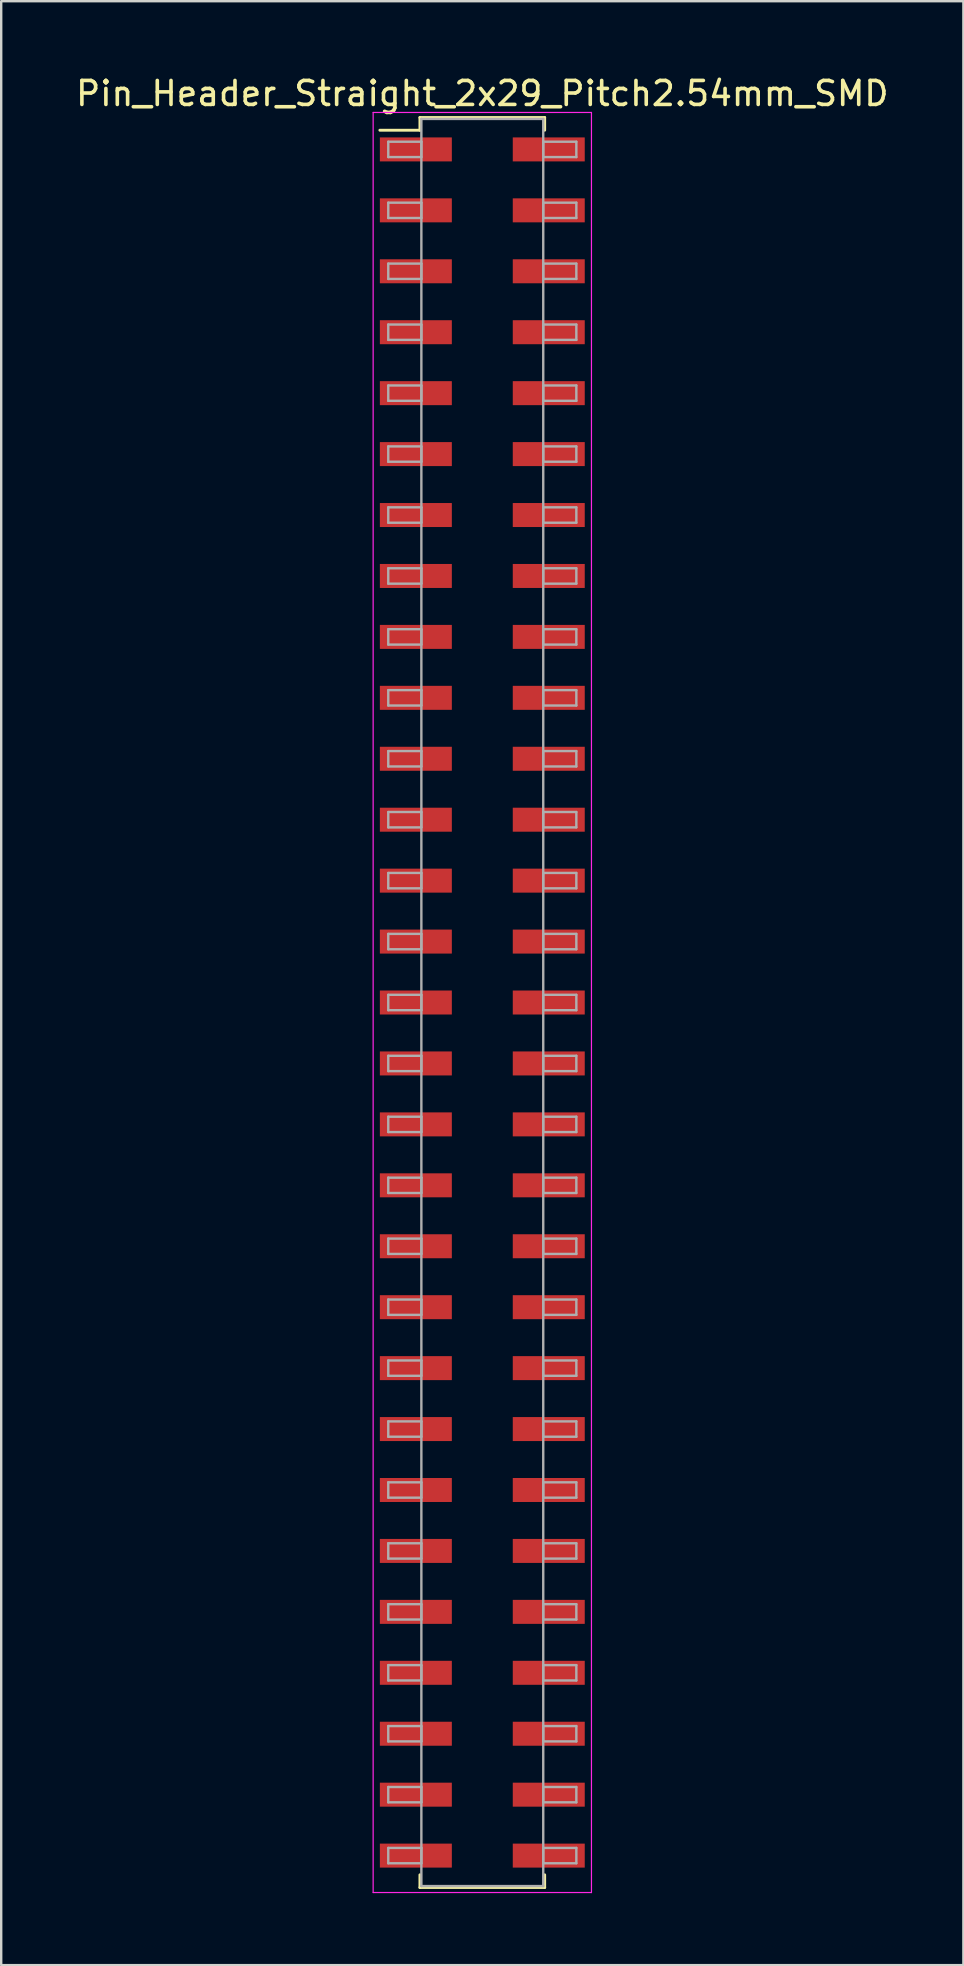
<source format=kicad_pcb>
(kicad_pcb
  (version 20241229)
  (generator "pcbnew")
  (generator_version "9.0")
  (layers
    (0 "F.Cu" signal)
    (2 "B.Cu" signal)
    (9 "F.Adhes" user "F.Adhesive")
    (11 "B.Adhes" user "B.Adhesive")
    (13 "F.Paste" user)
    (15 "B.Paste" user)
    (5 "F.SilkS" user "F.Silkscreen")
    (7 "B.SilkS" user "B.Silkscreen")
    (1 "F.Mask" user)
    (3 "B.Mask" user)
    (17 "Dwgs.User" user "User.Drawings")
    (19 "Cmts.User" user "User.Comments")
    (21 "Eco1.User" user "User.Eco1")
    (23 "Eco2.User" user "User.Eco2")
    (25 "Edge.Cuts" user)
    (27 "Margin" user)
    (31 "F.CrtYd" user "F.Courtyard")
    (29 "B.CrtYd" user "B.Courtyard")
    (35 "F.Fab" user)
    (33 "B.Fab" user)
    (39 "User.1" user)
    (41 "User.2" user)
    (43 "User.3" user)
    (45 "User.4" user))
  (footprint "Pin_Header_Straight_2x29_Pitch2.54mm_SMD"
    (layer "F.Cu")
    (at 17.054 38.738)
    (property "Reference" "Pin_Header_Straight_2x29_Pitch2.54mm_SMD" (at 0 -37.89 0) (layer "F.SilkS") (effects (font (size 1 1) (thickness 0.15))))
    (attr smd)
    (fp_line (start -4.27 -36.36) (end -2.6 -36.36) (stroke (width 0.12) (type solid)) (layer "F.SilkS"))
    (fp_line (start -2.6 -36.89) (end 2.6 -36.89) (stroke (width 0.12) (type solid)) (layer "F.SilkS"))
    (fp_line (start -2.6 -36.36) (end -2.6 -36.89) (stroke (width 0.12) (type solid)) (layer "F.SilkS"))
    (fp_line (start -2.6 36.36) (end -2.6 36.89) (stroke (width 0.12) (type solid)) (layer "F.SilkS"))
    (fp_line (start -2.6 36.89) (end 2.6 36.89) (stroke (width 0.12) (type solid)) (layer "F.SilkS"))
    (fp_line (start 2.6 -36.89) (end 2.6 -36.36) (stroke (width 0.12) (type solid)) (layer "F.SilkS"))
    (fp_line (start 2.6 36.89) (end 2.6 36.36) (stroke (width 0.12) (type solid)) (layer "F.SilkS"))
    (fp_line (start -4.55 -37.1) (end -4.55 37.1) (stroke (width 0.05) (type solid)) (layer "F.CrtYd"))
    (fp_line (start -4.55 37.1) (end 4.55 37.1) (stroke (width 0.05) (type solid)) (layer "F.CrtYd"))
    (fp_line (start 4.55 -37.1) (end -4.55 -37.1) (stroke (width 0.05) (type solid)) (layer "F.CrtYd"))
    (fp_line (start 4.55 37.1) (end 4.55 -37.1) (stroke (width 0.05) (type solid)) (layer "F.CrtYd"))
    (fp_line (start -3.92 -35.88) (end -2.54 -35.88) (stroke (width 0.1) (type solid)) (layer "F.Fab"))
    (fp_line (start -3.92 -35.24) (end -3.92 -35.88) (stroke (width 0.1) (type solid)) (layer "F.Fab"))
    (fp_line (start -3.92 -33.34) (end -2.54 -33.34) (stroke (width 0.1) (type solid)) (layer "F.Fab"))
    (fp_line (start -3.92 -32.7) (end -3.92 -33.34) (stroke (width 0.1) (type solid)) (layer "F.Fab"))
    (fp_line (start -3.92 -30.8) (end -2.54 -30.8) (stroke (width 0.1) (type solid)) (layer "F.Fab"))
    (fp_line (start -3.92 -30.16) (end -3.92 -30.8) (stroke (width 0.1) (type solid)) (layer "F.Fab"))
    (fp_line (start -3.92 -28.26) (end -2.54 -28.26) (stroke (width 0.1) (type solid)) (layer "F.Fab"))
    (fp_line (start -3.92 -27.62) (end -3.92 -28.26) (stroke (width 0.1) (type solid)) (layer "F.Fab"))
    (fp_line (start -3.92 -25.72) (end -2.54 -25.72) (stroke (width 0.1) (type solid)) (layer "F.Fab"))
    (fp_line (start -3.92 -25.08) (end -3.92 -25.72) (stroke (width 0.1) (type solid)) (layer "F.Fab"))
    (fp_line (start -3.92 -23.18) (end -2.54 -23.18) (stroke (width 0.1) (type solid)) (layer "F.Fab"))
    (fp_line (start -3.92 -22.54) (end -3.92 -23.18) (stroke (width 0.1) (type solid)) (layer "F.Fab"))
    (fp_line (start -3.92 -20.64) (end -2.54 -20.64) (stroke (width 0.1) (type solid)) (layer "F.Fab"))
    (fp_line (start -3.92 -20) (end -3.92 -20.64) (stroke (width 0.1) (type solid)) (layer "F.Fab"))
    (fp_line (start -3.92 -18.1) (end -2.54 -18.1) (stroke (width 0.1) (type solid)) (layer "F.Fab"))
    (fp_line (start -3.92 -17.46) (end -3.92 -18.1) (stroke (width 0.1) (type solid)) (layer "F.Fab"))
    (fp_line (start -3.92 -15.56) (end -2.54 -15.56) (stroke (width 0.1) (type solid)) (layer "F.Fab"))
    (fp_line (start -3.92 -14.92) (end -3.92 -15.56) (stroke (width 0.1) (type solid)) (layer "F.Fab"))
    (fp_line (start -3.92 -13.02) (end -2.54 -13.02) (stroke (width 0.1) (type solid)) (layer "F.Fab"))
    (fp_line (start -3.92 -12.38) (end -3.92 -13.02) (stroke (width 0.1) (type solid)) (layer "F.Fab"))
    (fp_line (start -3.92 -10.48) (end -2.54 -10.48) (stroke (width 0.1) (type solid)) (layer "F.Fab"))
    (fp_line (start -3.92 -9.84) (end -3.92 -10.48) (stroke (width 0.1) (type solid)) (layer "F.Fab"))
    (fp_line (start -3.92 -7.94) (end -2.54 -7.94) (stroke (width 0.1) (type solid)) (layer "F.Fab"))
    (fp_line (start -3.92 -7.3) (end -3.92 -7.94) (stroke (width 0.1) (type solid)) (layer "F.Fab"))
    (fp_line (start -3.92 -5.4) (end -2.54 -5.4) (stroke (width 0.1) (type solid)) (layer "F.Fab"))
    (fp_line (start -3.92 -4.76) (end -3.92 -5.4) (stroke (width 0.1) (type solid)) (layer "F.Fab"))
    (fp_line (start -3.92 -2.86) (end -2.54 -2.86) (stroke (width 0.1) (type solid)) (layer "F.Fab"))
    (fp_line (start -3.92 -2.22) (end -3.92 -2.86) (stroke (width 0.1) (type solid)) (layer "F.Fab"))
    (fp_line (start -3.92 -0.32) (end -2.54 -0.32) (stroke (width 0.1) (type solid)) (layer "F.Fab"))
    (fp_line (start -3.92 0.32) (end -3.92 -0.32) (stroke (width 0.1) (type solid)) (layer "F.Fab"))
    (fp_line (start -3.92 2.22) (end -2.54 2.22) (stroke (width 0.1) (type solid)) (layer "F.Fab"))
    (fp_line (start -3.92 2.86) (end -3.92 2.22) (stroke (width 0.1) (type solid)) (layer "F.Fab"))
    (fp_line (start -3.92 4.76) (end -2.54 4.76) (stroke (width 0.1) (type solid)) (layer "F.Fab"))
    (fp_line (start -3.92 5.4) (end -3.92 4.76) (stroke (width 0.1) (type solid)) (layer "F.Fab"))
    (fp_line (start -3.92 7.3) (end -2.54 7.3) (stroke (width 0.1) (type solid)) (layer "F.Fab"))
    (fp_line (start -3.92 7.94) (end -3.92 7.3) (stroke (width 0.1) (type solid)) (layer "F.Fab"))
    (fp_line (start -3.92 9.84) (end -2.54 9.84) (stroke (width 0.1) (type solid)) (layer "F.Fab"))
    (fp_line (start -3.92 10.48) (end -3.92 9.84) (stroke (width 0.1) (type solid)) (layer "F.Fab"))
    (fp_line (start -3.92 12.38) (end -2.54 12.38) (stroke (width 0.1) (type solid)) (layer "F.Fab"))
    (fp_line (start -3.92 13.02) (end -3.92 12.38) (stroke (width 0.1) (type solid)) (layer "F.Fab"))
    (fp_line (start -3.92 14.92) (end -2.54 14.92) (stroke (width 0.1) (type solid)) (layer "F.Fab"))
    (fp_line (start -3.92 15.56) (end -3.92 14.92) (stroke (width 0.1) (type solid)) (layer "F.Fab"))
    (fp_line (start -3.92 17.46) (end -2.54 17.46) (stroke (width 0.1) (type solid)) (layer "F.Fab"))
    (fp_line (start -3.92 18.1) (end -3.92 17.46) (stroke (width 0.1) (type solid)) (layer "F.Fab"))
    (fp_line (start -3.92 20) (end -2.54 20) (stroke (width 0.1) (type solid)) (layer "F.Fab"))
    (fp_line (start -3.92 20.64) (end -3.92 20) (stroke (width 0.1) (type solid)) (layer "F.Fab"))
    (fp_line (start -3.92 22.54) (end -2.54 22.54) (stroke (width 0.1) (type solid)) (layer "F.Fab"))
    (fp_line (start -3.92 23.18) (end -3.92 22.54) (stroke (width 0.1) (type solid)) (layer "F.Fab"))
    (fp_line (start -3.92 25.08) (end -2.54 25.08) (stroke (width 0.1) (type solid)) (layer "F.Fab"))
    (fp_line (start -3.92 25.72) (end -3.92 25.08) (stroke (width 0.1) (type solid)) (layer "F.Fab"))
    (fp_line (start -3.92 27.62) (end -2.54 27.62) (stroke (width 0.1) (type solid)) (layer "F.Fab"))
    (fp_line (start -3.92 28.26) (end -3.92 27.62) (stroke (width 0.1) (type solid)) (layer "F.Fab"))
    (fp_line (start -3.92 30.16) (end -2.54 30.16) (stroke (width 0.1) (type solid)) (layer "F.Fab"))
    (fp_line (start -3.92 30.8) (end -3.92 30.16) (stroke (width 0.1) (type solid)) (layer "F.Fab"))
    (fp_line (start -3.92 32.7) (end -2.54 32.7) (stroke (width 0.1) (type solid)) (layer "F.Fab"))
    (fp_line (start -3.92 33.34) (end -3.92 32.7) (stroke (width 0.1) (type solid)) (layer "F.Fab"))
    (fp_line (start -3.92 35.24) (end -2.54 35.24) (stroke (width 0.1) (type solid)) (layer "F.Fab"))
    (fp_line (start -3.92 35.88) (end -3.92 35.24) (stroke (width 0.1) (type solid)) (layer "F.Fab"))
    (fp_line (start -2.54 -36.83) (end -2.54 36.83) (stroke (width 0.1) (type solid)) (layer "F.Fab"))
    (fp_line (start -2.54 -35.88) (end -2.54 -35.24) (stroke (width 0.1) (type solid)) (layer "F.Fab"))
    (fp_line (start -2.54 -35.24) (end -3.92 -35.24) (stroke (width 0.1) (type solid)) (layer "F.Fab"))
    (fp_line (start -2.54 -33.34) (end -2.54 -32.7) (stroke (width 0.1) (type solid)) (layer "F.Fab"))
    (fp_line (start -2.54 -32.7) (end -3.92 -32.7) (stroke (width 0.1) (type solid)) (layer "F.Fab"))
    (fp_line (start -2.54 -30.8) (end -2.54 -30.16) (stroke (width 0.1) (type solid)) (layer "F.Fab"))
    (fp_line (start -2.54 -30.16) (end -3.92 -30.16) (stroke (width 0.1) (type solid)) (layer "F.Fab"))
    (fp_line (start -2.54 -28.26) (end -2.54 -27.62) (stroke (width 0.1) (type solid)) (layer "F.Fab"))
    (fp_line (start -2.54 -27.62) (end -3.92 -27.62) (stroke (width 0.1) (type solid)) (layer "F.Fab"))
    (fp_line (start -2.54 -25.72) (end -2.54 -25.08) (stroke (width 0.1) (type solid)) (layer "F.Fab"))
    (fp_line (start -2.54 -25.08) (end -3.92 -25.08) (stroke (width 0.1) (type solid)) (layer "F.Fab"))
    (fp_line (start -2.54 -23.18) (end -2.54 -22.54) (stroke (width 0.1) (type solid)) (layer "F.Fab"))
    (fp_line (start -2.54 -22.54) (end -3.92 -22.54) (stroke (width 0.1) (type solid)) (layer "F.Fab"))
    (fp_line (start -2.54 -20.64) (end -2.54 -20) (stroke (width 0.1) (type solid)) (layer "F.Fab"))
    (fp_line (start -2.54 -20) (end -3.92 -20) (stroke (width 0.1) (type solid)) (layer "F.Fab"))
    (fp_line (start -2.54 -18.1) (end -2.54 -17.46) (stroke (width 0.1) (type solid)) (layer "F.Fab"))
    (fp_line (start -2.54 -17.46) (end -3.92 -17.46) (stroke (width 0.1) (type solid)) (layer "F.Fab"))
    (fp_line (start -2.54 -15.56) (end -2.54 -14.92) (stroke (width 0.1) (type solid)) (layer "F.Fab"))
    (fp_line (start -2.54 -14.92) (end -3.92 -14.92) (stroke (width 0.1) (type solid)) (layer "F.Fab"))
    (fp_line (start -2.54 -13.02) (end -2.54 -12.38) (stroke (width 0.1) (type solid)) (layer "F.Fab"))
    (fp_line (start -2.54 -12.38) (end -3.92 -12.38) (stroke (width 0.1) (type solid)) (layer "F.Fab"))
    (fp_line (start -2.54 -10.48) (end -2.54 -9.84) (stroke (width 0.1) (type solid)) (layer "F.Fab"))
    (fp_line (start -2.54 -9.84) (end -3.92 -9.84) (stroke (width 0.1) (type solid)) (layer "F.Fab"))
    (fp_line (start -2.54 -7.94) (end -2.54 -7.3) (stroke (width 0.1) (type solid)) (layer "F.Fab"))
    (fp_line (start -2.54 -7.3) (end -3.92 -7.3) (stroke (width 0.1) (type solid)) (layer "F.Fab"))
    (fp_line (start -2.54 -5.4) (end -2.54 -4.76) (stroke (width 0.1) (type solid)) (layer "F.Fab"))
    (fp_line (start -2.54 -4.76) (end -3.92 -4.76) (stroke (width 0.1) (type solid)) (layer "F.Fab"))
    (fp_line (start -2.54 -2.86) (end -2.54 -2.22) (stroke (width 0.1) (type solid)) (layer "F.Fab"))
    (fp_line (start -2.54 -2.22) (end -3.92 -2.22) (stroke (width 0.1) (type solid)) (layer "F.Fab"))
    (fp_line (start -2.54 -0.32) (end -2.54 0.32) (stroke (width 0.1) (type solid)) (layer "F.Fab"))
    (fp_line (start -2.54 0.32) (end -3.92 0.32) (stroke (width 0.1) (type solid)) (layer "F.Fab"))
    (fp_line (start -2.54 2.22) (end -2.54 2.86) (stroke (width 0.1) (type solid)) (layer "F.Fab"))
    (fp_line (start -2.54 2.86) (end -3.92 2.86) (stroke (width 0.1) (type solid)) (layer "F.Fab"))
    (fp_line (start -2.54 4.76) (end -2.54 5.4) (stroke (width 0.1) (type solid)) (layer "F.Fab"))
    (fp_line (start -2.54 5.4) (end -3.92 5.4) (stroke (width 0.1) (type solid)) (layer "F.Fab"))
    (fp_line (start -2.54 7.3) (end -2.54 7.94) (stroke (width 0.1) (type solid)) (layer "F.Fab"))
    (fp_line (start -2.54 7.94) (end -3.92 7.94) (stroke (width 0.1) (type solid)) (layer "F.Fab"))
    (fp_line (start -2.54 9.84) (end -2.54 10.48) (stroke (width 0.1) (type solid)) (layer "F.Fab"))
    (fp_line (start -2.54 10.48) (end -3.92 10.48) (stroke (width 0.1) (type solid)) (layer "F.Fab"))
    (fp_line (start -2.54 12.38) (end -2.54 13.02) (stroke (width 0.1) (type solid)) (layer "F.Fab"))
    (fp_line (start -2.54 13.02) (end -3.92 13.02) (stroke (width 0.1) (type solid)) (layer "F.Fab"))
    (fp_line (start -2.54 14.92) (end -2.54 15.56) (stroke (width 0.1) (type solid)) (layer "F.Fab"))
    (fp_line (start -2.54 15.56) (end -3.92 15.56) (stroke (width 0.1) (type solid)) (layer "F.Fab"))
    (fp_line (start -2.54 17.46) (end -2.54 18.1) (stroke (width 0.1) (type solid)) (layer "F.Fab"))
    (fp_line (start -2.54 18.1) (end -3.92 18.1) (stroke (width 0.1) (type solid)) (layer "F.Fab"))
    (fp_line (start -2.54 20) (end -2.54 20.64) (stroke (width 0.1) (type solid)) (layer "F.Fab"))
    (fp_line (start -2.54 20.64) (end -3.92 20.64) (stroke (width 0.1) (type solid)) (layer "F.Fab"))
    (fp_line (start -2.54 22.54) (end -2.54 23.18) (stroke (width 0.1) (type solid)) (layer "F.Fab"))
    (fp_line (start -2.54 23.18) (end -3.92 23.18) (stroke (width 0.1) (type solid)) (layer "F.Fab"))
    (fp_line (start -2.54 25.08) (end -2.54 25.72) (stroke (width 0.1) (type solid)) (layer "F.Fab"))
    (fp_line (start -2.54 25.72) (end -3.92 25.72) (stroke (width 0.1) (type solid)) (layer "F.Fab"))
    (fp_line (start -2.54 27.62) (end -2.54 28.26) (stroke (width 0.1) (type solid)) (layer "F.Fab"))
    (fp_line (start -2.54 28.26) (end -3.92 28.26) (stroke (width 0.1) (type solid)) (layer "F.Fab"))
    (fp_line (start -2.54 30.16) (end -2.54 30.8) (stroke (width 0.1) (type solid)) (layer "F.Fab"))
    (fp_line (start -2.54 30.8) (end -3.92 30.8) (stroke (width 0.1) (type solid)) (layer "F.Fab"))
    (fp_line (start -2.54 32.7) (end -2.54 33.34) (stroke (width 0.1) (type solid)) (layer "F.Fab"))
    (fp_line (start -2.54 33.34) (end -3.92 33.34) (stroke (width 0.1) (type solid)) (layer "F.Fab"))
    (fp_line (start -2.54 35.24) (end -2.54 35.88) (stroke (width 0.1) (type solid)) (layer "F.Fab"))
    (fp_line (start -2.54 35.88) (end -3.92 35.88) (stroke (width 0.1) (type solid)) (layer "F.Fab"))
    (fp_line (start -2.54 36.83) (end 2.54 36.83) (stroke (width 0.1) (type solid)) (layer "F.Fab"))
    (fp_line (start 2.54 -36.83) (end -2.54 -36.83) (stroke (width 0.1) (type solid)) (layer "F.Fab"))
    (fp_line (start 2.54 -35.88) (end 2.54 -35.24) (stroke (width 0.1) (type solid)) (layer "F.Fab"))
    (fp_line (start 2.54 -35.24) (end 3.92 -35.24) (stroke (width 0.1) (type solid)) (layer "F.Fab"))
    (fp_line (start 2.54 -33.34) (end 2.54 -32.7) (stroke (width 0.1) (type solid)) (layer "F.Fab"))
    (fp_line (start 2.54 -32.7) (end 3.92 -32.7) (stroke (width 0.1) (type solid)) (layer "F.Fab"))
    (fp_line (start 2.54 -30.8) (end 2.54 -30.16) (stroke (width 0.1) (type solid)) (layer "F.Fab"))
    (fp_line (start 2.54 -30.16) (end 3.92 -30.16) (stroke (width 0.1) (type solid)) (layer "F.Fab"))
    (fp_line (start 2.54 -28.26) (end 2.54 -27.62) (stroke (width 0.1) (type solid)) (layer "F.Fab"))
    (fp_line (start 2.54 -27.62) (end 3.92 -27.62) (stroke (width 0.1) (type solid)) (layer "F.Fab"))
    (fp_line (start 2.54 -25.72) (end 2.54 -25.08) (stroke (width 0.1) (type solid)) (layer "F.Fab"))
    (fp_line (start 2.54 -25.08) (end 3.92 -25.08) (stroke (width 0.1) (type solid)) (layer "F.Fab"))
    (fp_line (start 2.54 -23.18) (end 2.54 -22.54) (stroke (width 0.1) (type solid)) (layer "F.Fab"))
    (fp_line (start 2.54 -22.54) (end 3.92 -22.54) (stroke (width 0.1) (type solid)) (layer "F.Fab"))
    (fp_line (start 2.54 -20.64) (end 2.54 -20) (stroke (width 0.1) (type solid)) (layer "F.Fab"))
    (fp_line (start 2.54 -20) (end 3.92 -20) (stroke (width 0.1) (type solid)) (layer "F.Fab"))
    (fp_line (start 2.54 -18.1) (end 2.54 -17.46) (stroke (width 0.1) (type solid)) (layer "F.Fab"))
    (fp_line (start 2.54 -17.46) (end 3.92 -17.46) (stroke (width 0.1) (type solid)) (layer "F.Fab"))
    (fp_line (start 2.54 -15.56) (end 2.54 -14.92) (stroke (width 0.1) (type solid)) (layer "F.Fab"))
    (fp_line (start 2.54 -14.92) (end 3.92 -14.92) (stroke (width 0.1) (type solid)) (layer "F.Fab"))
    (fp_line (start 2.54 -13.02) (end 2.54 -12.38) (stroke (width 0.1) (type solid)) (layer "F.Fab"))
    (fp_line (start 2.54 -12.38) (end 3.92 -12.38) (stroke (width 0.1) (type solid)) (layer "F.Fab"))
    (fp_line (start 2.54 -10.48) (end 2.54 -9.84) (stroke (width 0.1) (type solid)) (layer "F.Fab"))
    (fp_line (start 2.54 -9.84) (end 3.92 -9.84) (stroke (width 0.1) (type solid)) (layer "F.Fab"))
    (fp_line (start 2.54 -7.94) (end 2.54 -7.3) (stroke (width 0.1) (type solid)) (layer "F.Fab"))
    (fp_line (start 2.54 -7.3) (end 3.92 -7.3) (stroke (width 0.1) (type solid)) (layer "F.Fab"))
    (fp_line (start 2.54 -5.4) (end 2.54 -4.76) (stroke (width 0.1) (type solid)) (layer "F.Fab"))
    (fp_line (start 2.54 -4.76) (end 3.92 -4.76) (stroke (width 0.1) (type solid)) (layer "F.Fab"))
    (fp_line (start 2.54 -2.86) (end 2.54 -2.22) (stroke (width 0.1) (type solid)) (layer "F.Fab"))
    (fp_line (start 2.54 -2.22) (end 3.92 -2.22) (stroke (width 0.1) (type solid)) (layer "F.Fab"))
    (fp_line (start 2.54 -0.32) (end 2.54 0.32) (stroke (width 0.1) (type solid)) (layer "F.Fab"))
    (fp_line (start 2.54 0.32) (end 3.92 0.32) (stroke (width 0.1) (type solid)) (layer "F.Fab"))
    (fp_line (start 2.54 2.22) (end 2.54 2.86) (stroke (width 0.1) (type solid)) (layer "F.Fab"))
    (fp_line (start 2.54 2.86) (end 3.92 2.86) (stroke (width 0.1) (type solid)) (layer "F.Fab"))
    (fp_line (start 2.54 4.76) (end 2.54 5.4) (stroke (width 0.1) (type solid)) (layer "F.Fab"))
    (fp_line (start 2.54 5.4) (end 3.92 5.4) (stroke (width 0.1) (type solid)) (layer "F.Fab"))
    (fp_line (start 2.54 7.3) (end 2.54 7.94) (stroke (width 0.1) (type solid)) (layer "F.Fab"))
    (fp_line (start 2.54 7.94) (end 3.92 7.94) (stroke (width 0.1) (type solid)) (layer "F.Fab"))
    (fp_line (start 2.54 9.84) (end 2.54 10.48) (stroke (width 0.1) (type solid)) (layer "F.Fab"))
    (fp_line (start 2.54 10.48) (end 3.92 10.48) (stroke (width 0.1) (type solid)) (layer "F.Fab"))
    (fp_line (start 2.54 12.38) (end 2.54 13.02) (stroke (width 0.1) (type solid)) (layer "F.Fab"))
    (fp_line (start 2.54 13.02) (end 3.92 13.02) (stroke (width 0.1) (type solid)) (layer "F.Fab"))
    (fp_line (start 2.54 14.92) (end 2.54 15.56) (stroke (width 0.1) (type solid)) (layer "F.Fab"))
    (fp_line (start 2.54 15.56) (end 3.92 15.56) (stroke (width 0.1) (type solid)) (layer "F.Fab"))
    (fp_line (start 2.54 17.46) (end 2.54 18.1) (stroke (width 0.1) (type solid)) (layer "F.Fab"))
    (fp_line (start 2.54 18.1) (end 3.92 18.1) (stroke (width 0.1) (type solid)) (layer "F.Fab"))
    (fp_line (start 2.54 20) (end 2.54 20.64) (stroke (width 0.1) (type solid)) (layer "F.Fab"))
    (fp_line (start 2.54 20.64) (end 3.92 20.64) (stroke (width 0.1) (type solid)) (layer "F.Fab"))
    (fp_line (start 2.54 22.54) (end 2.54 23.18) (stroke (width 0.1) (type solid)) (layer "F.Fab"))
    (fp_line (start 2.54 23.18) (end 3.92 23.18) (stroke (width 0.1) (type solid)) (layer "F.Fab"))
    (fp_line (start 2.54 25.08) (end 2.54 25.72) (stroke (width 0.1) (type solid)) (layer "F.Fab"))
    (fp_line (start 2.54 25.72) (end 3.92 25.72) (stroke (width 0.1) (type solid)) (layer "F.Fab"))
    (fp_line (start 2.54 27.62) (end 2.54 28.26) (stroke (width 0.1) (type solid)) (layer "F.Fab"))
    (fp_line (start 2.54 28.26) (end 3.92 28.26) (stroke (width 0.1) (type solid)) (layer "F.Fab"))
    (fp_line (start 2.54 30.16) (end 2.54 30.8) (stroke (width 0.1) (type solid)) (layer "F.Fab"))
    (fp_line (start 2.54 30.8) (end 3.92 30.8) (stroke (width 0.1) (type solid)) (layer "F.Fab"))
    (fp_line (start 2.54 32.7) (end 2.54 33.34) (stroke (width 0.1) (type solid)) (layer "F.Fab"))
    (fp_line (start 2.54 33.34) (end 3.92 33.34) (stroke (width 0.1) (type solid)) (layer "F.Fab"))
    (fp_line (start 2.54 35.24) (end 2.54 35.88) (stroke (width 0.1) (type solid)) (layer "F.Fab"))
    (fp_line (start 2.54 35.88) (end 3.92 35.88) (stroke (width 0.1) (type solid)) (layer "F.Fab"))
    (fp_line (start 2.54 36.83) (end 2.54 -36.83) (stroke (width 0.1) (type solid)) (layer "F.Fab"))
    (fp_line (start 3.92 -35.88) (end 2.54 -35.88) (stroke (width 0.1) (type solid)) (layer "F.Fab"))
    (fp_line (start 3.92 -35.24) (end 3.92 -35.88) (stroke (width 0.1) (type solid)) (layer "F.Fab"))
    (fp_line (start 3.92 -33.34) (end 2.54 -33.34) (stroke (width 0.1) (type solid)) (layer "F.Fab"))
    (fp_line (start 3.92 -32.7) (end 3.92 -33.34) (stroke (width 0.1) (type solid)) (layer "F.Fab"))
    (fp_line (start 3.92 -30.8) (end 2.54 -30.8) (stroke (width 0.1) (type solid)) (layer "F.Fab"))
    (fp_line (start 3.92 -30.16) (end 3.92 -30.8) (stroke (width 0.1) (type solid)) (layer "F.Fab"))
    (fp_line (start 3.92 -28.26) (end 2.54 -28.26) (stroke (width 0.1) (type solid)) (layer "F.Fab"))
    (fp_line (start 3.92 -27.62) (end 3.92 -28.26) (stroke (width 0.1) (type solid)) (layer "F.Fab"))
    (fp_line (start 3.92 -25.72) (end 2.54 -25.72) (stroke (width 0.1) (type solid)) (layer "F.Fab"))
    (fp_line (start 3.92 -25.08) (end 3.92 -25.72) (stroke (width 0.1) (type solid)) (layer "F.Fab"))
    (fp_line (start 3.92 -23.18) (end 2.54 -23.18) (stroke (width 0.1) (type solid)) (layer "F.Fab"))
    (fp_line (start 3.92 -22.54) (end 3.92 -23.18) (stroke (width 0.1) (type solid)) (layer "F.Fab"))
    (fp_line (start 3.92 -20.64) (end 2.54 -20.64) (stroke (width 0.1) (type solid)) (layer "F.Fab"))
    (fp_line (start 3.92 -20) (end 3.92 -20.64) (stroke (width 0.1) (type solid)) (layer "F.Fab"))
    (fp_line (start 3.92 -18.1) (end 2.54 -18.1) (stroke (width 0.1) (type solid)) (layer "F.Fab"))
    (fp_line (start 3.92 -17.46) (end 3.92 -18.1) (stroke (width 0.1) (type solid)) (layer "F.Fab"))
    (fp_line (start 3.92 -15.56) (end 2.54 -15.56) (stroke (width 0.1) (type solid)) (layer "F.Fab"))
    (fp_line (start 3.92 -14.92) (end 3.92 -15.56) (stroke (width 0.1) (type solid)) (layer "F.Fab"))
    (fp_line (start 3.92 -13.02) (end 2.54 -13.02) (stroke (width 0.1) (type solid)) (layer "F.Fab"))
    (fp_line (start 3.92 -12.38) (end 3.92 -13.02) (stroke (width 0.1) (type solid)) (layer "F.Fab"))
    (fp_line (start 3.92 -10.48) (end 2.54 -10.48) (stroke (width 0.1) (type solid)) (layer "F.Fab"))
    (fp_line (start 3.92 -9.84) (end 3.92 -10.48) (stroke (width 0.1) (type solid)) (layer "F.Fab"))
    (fp_line (start 3.92 -7.94) (end 2.54 -7.94) (stroke (width 0.1) (type solid)) (layer "F.Fab"))
    (fp_line (start 3.92 -7.3) (end 3.92 -7.94) (stroke (width 0.1) (type solid)) (layer "F.Fab"))
    (fp_line (start 3.92 -5.4) (end 2.54 -5.4) (stroke (width 0.1) (type solid)) (layer "F.Fab"))
    (fp_line (start 3.92 -4.76) (end 3.92 -5.4) (stroke (width 0.1) (type solid)) (layer "F.Fab"))
    (fp_line (start 3.92 -2.86) (end 2.54 -2.86) (stroke (width 0.1) (type solid)) (layer "F.Fab"))
    (fp_line (start 3.92 -2.22) (end 3.92 -2.86) (stroke (width 0.1) (type solid)) (layer "F.Fab"))
    (fp_line (start 3.92 -0.32) (end 2.54 -0.32) (stroke (width 0.1) (type solid)) (layer "F.Fab"))
    (fp_line (start 3.92 0.32) (end 3.92 -0.32) (stroke (width 0.1) (type solid)) (layer "F.Fab"))
    (fp_line (start 3.92 2.22) (end 2.54 2.22) (stroke (width 0.1) (type solid)) (layer "F.Fab"))
    (fp_line (start 3.92 2.86) (end 3.92 2.22) (stroke (width 0.1) (type solid)) (layer "F.Fab"))
    (fp_line (start 3.92 4.76) (end 2.54 4.76) (stroke (width 0.1) (type solid)) (layer "F.Fab"))
    (fp_line (start 3.92 5.4) (end 3.92 4.76) (stroke (width 0.1) (type solid)) (layer "F.Fab"))
    (fp_line (start 3.92 7.3) (end 2.54 7.3) (stroke (width 0.1) (type solid)) (layer "F.Fab"))
    (fp_line (start 3.92 7.94) (end 3.92 7.3) (stroke (width 0.1) (type solid)) (layer "F.Fab"))
    (fp_line (start 3.92 9.84) (end 2.54 9.84) (stroke (width 0.1) (type solid)) (layer "F.Fab"))
    (fp_line (start 3.92 10.48) (end 3.92 9.84) (stroke (width 0.1) (type solid)) (layer "F.Fab"))
    (fp_line (start 3.92 12.38) (end 2.54 12.38) (stroke (width 0.1) (type solid)) (layer "F.Fab"))
    (fp_line (start 3.92 13.02) (end 3.92 12.38) (stroke (width 0.1) (type solid)) (layer "F.Fab"))
    (fp_line (start 3.92 14.92) (end 2.54 14.92) (stroke (width 0.1) (type solid)) (layer "F.Fab"))
    (fp_line (start 3.92 15.56) (end 3.92 14.92) (stroke (width 0.1) (type solid)) (layer "F.Fab"))
    (fp_line (start 3.92 17.46) (end 2.54 17.46) (stroke (width 0.1) (type solid)) (layer "F.Fab"))
    (fp_line (start 3.92 18.1) (end 3.92 17.46) (stroke (width 0.1) (type solid)) (layer "F.Fab"))
    (fp_line (start 3.92 20) (end 2.54 20) (stroke (width 0.1) (type solid)) (layer "F.Fab"))
    (fp_line (start 3.92 20.64) (end 3.92 20) (stroke (width 0.1) (type solid)) (layer "F.Fab"))
    (fp_line (start 3.92 22.54) (end 2.54 22.54) (stroke (width 0.1) (type solid)) (layer "F.Fab"))
    (fp_line (start 3.92 23.18) (end 3.92 22.54) (stroke (width 0.1) (type solid)) (layer "F.Fab"))
    (fp_line (start 3.92 25.08) (end 2.54 25.08) (stroke (width 0.1) (type solid)) (layer "F.Fab"))
    (fp_line (start 3.92 25.72) (end 3.92 25.08) (stroke (width 0.1) (type solid)) (layer "F.Fab"))
    (fp_line (start 3.92 27.62) (end 2.54 27.62) (stroke (width 0.1) (type solid)) (layer "F.Fab"))
    (fp_line (start 3.92 28.26) (end 3.92 27.62) (stroke (width 0.1) (type solid)) (layer "F.Fab"))
    (fp_line (start 3.92 30.16) (end 2.54 30.16) (stroke (width 0.1) (type solid)) (layer "F.Fab"))
    (fp_line (start 3.92 30.8) (end 3.92 30.16) (stroke (width 0.1) (type solid)) (layer "F.Fab"))
    (fp_line (start 3.92 32.7) (end 2.54 32.7) (stroke (width 0.1) (type solid)) (layer "F.Fab"))
    (fp_line (start 3.92 33.34) (end 3.92 32.7) (stroke (width 0.1) (type solid)) (layer "F.Fab"))
    (fp_line (start 3.92 35.24) (end 2.54 35.24) (stroke (width 0.1) (type solid)) (layer "F.Fab"))
    (fp_line (start 3.92 35.88) (end 3.92 35.24) (stroke (width 0.1) (type solid)) (layer "F.Fab"))
    (pad "1" smd rect (at -2.77 -35.56) (size 3 1) (layers "F.Cu" "F.Mask"))
    (pad "2" smd rect (at 2.77 -35.56) (size 3 1) (layers "F.Cu" "F.Mask"))
    (pad "3" smd rect (at -2.77 -33.02) (size 3 1) (layers "F.Cu" "F.Mask"))
    (pad "4" smd rect (at 2.77 -33.02) (size 3 1) (layers "F.Cu" "F.Mask"))
    (pad "5" smd rect (at -2.77 -30.48) (size 3 1) (layers "F.Cu" "F.Mask"))
    (pad "6" smd rect (at 2.77 -30.48) (size 3 1) (layers "F.Cu" "F.Mask"))
    (pad "7" smd rect (at -2.77 -27.94) (size 3 1) (layers "F.Cu" "F.Mask"))
    (pad "8" smd rect (at 2.77 -27.94) (size 3 1) (layers "F.Cu" "F.Mask"))
    (pad "9" smd rect (at -2.77 -25.4) (size 3 1) (layers "F.Cu" "F.Mask"))
    (pad "10" smd rect (at 2.77 -25.4) (size 3 1) (layers "F.Cu" "F.Mask"))
    (pad "11" smd rect (at -2.77 -22.86) (size 3 1) (layers "F.Cu" "F.Mask"))
    (pad "12" smd rect (at 2.77 -22.86) (size 3 1) (layers "F.Cu" "F.Mask"))
    (pad "13" smd rect (at -2.77 -20.32) (size 3 1) (layers "F.Cu" "F.Mask"))
    (pad "14" smd rect (at 2.77 -20.32) (size 3 1) (layers "F.Cu" "F.Mask"))
    (pad "15" smd rect (at -2.77 -17.78) (size 3 1) (layers "F.Cu" "F.Mask"))
    (pad "16" smd rect (at 2.77 -17.78) (size 3 1) (layers "F.Cu" "F.Mask"))
    (pad "17" smd rect (at -2.77 -15.24) (size 3 1) (layers "F.Cu" "F.Mask"))
    (pad "18" smd rect (at 2.77 -15.24) (size 3 1) (layers "F.Cu" "F.Mask"))
    (pad "19" smd rect (at -2.77 -12.7) (size 3 1) (layers "F.Cu" "F.Mask"))
    (pad "20" smd rect (at 2.77 -12.7) (size 3 1) (layers "F.Cu" "F.Mask"))
    (pad "21" smd rect (at -2.77 -10.16) (size 3 1) (layers "F.Cu" "F.Mask"))
    (pad "22" smd rect (at 2.77 -10.16) (size 3 1) (layers "F.Cu" "F.Mask"))
    (pad "23" smd rect (at -2.77 -7.62) (size 3 1) (layers "F.Cu" "F.Mask"))
    (pad "24" smd rect (at 2.77 -7.62) (size 3 1) (layers "F.Cu" "F.Mask"))
    (pad "25" smd rect (at -2.77 -5.08) (size 3 1) (layers "F.Cu" "F.Mask"))
    (pad "26" smd rect (at 2.77 -5.08) (size 3 1) (layers "F.Cu" "F.Mask"))
    (pad "27" smd rect (at -2.77 -2.54) (size 3 1) (layers "F.Cu" "F.Mask"))
    (pad "28" smd rect (at 2.77 -2.54) (size 3 1) (layers "F.Cu" "F.Mask"))
    (pad "29" smd rect (at -2.77 0) (size 3 1) (layers "F.Cu" "F.Mask"))
    (pad "30" smd rect (at 2.77 0) (size 3 1) (layers "F.Cu" "F.Mask"))
    (pad "31" smd rect (at -2.77 2.54) (size 3 1) (layers "F.Cu" "F.Mask"))
    (pad "32" smd rect (at 2.77 2.54) (size 3 1) (layers "F.Cu" "F.Mask"))
    (pad "33" smd rect (at -2.77 5.08) (size 3 1) (layers "F.Cu" "F.Mask"))
    (pad "34" smd rect (at 2.77 5.08) (size 3 1) (layers "F.Cu" "F.Mask"))
    (pad "35" smd rect (at -2.77 7.62) (size 3 1) (layers "F.Cu" "F.Mask"))
    (pad "36" smd rect (at 2.77 7.62) (size 3 1) (layers "F.Cu" "F.Mask"))
    (pad "37" smd rect (at -2.77 10.16) (size 3 1) (layers "F.Cu" "F.Mask"))
    (pad "38" smd rect (at 2.77 10.16) (size 3 1) (layers "F.Cu" "F.Mask"))
    (pad "39" smd rect (at -2.77 12.7) (size 3 1) (layers "F.Cu" "F.Mask"))
    (pad "40" smd rect (at 2.77 12.7) (size 3 1) (layers "F.Cu" "F.Mask"))
    (pad "41" smd rect (at -2.77 15.24) (size 3 1) (layers "F.Cu" "F.Mask"))
    (pad "42" smd rect (at 2.77 15.24) (size 3 1) (layers "F.Cu" "F.Mask"))
    (pad "43" smd rect (at -2.77 17.78) (size 3 1) (layers "F.Cu" "F.Mask"))
    (pad "44" smd rect (at 2.77 17.78) (size 3 1) (layers "F.Cu" "F.Mask"))
    (pad "45" smd rect (at -2.77 20.32) (size 3 1) (layers "F.Cu" "F.Mask"))
    (pad "46" smd rect (at 2.77 20.32) (size 3 1) (layers "F.Cu" "F.Mask"))
    (pad "47" smd rect (at -2.77 22.86) (size 3 1) (layers "F.Cu" "F.Mask"))
    (pad "48" smd rect (at 2.77 22.86) (size 3 1) (layers "F.Cu" "F.Mask"))
    (pad "49" smd rect (at -2.77 25.4) (size 3 1) (layers "F.Cu" "F.Mask"))
    (pad "50" smd rect (at 2.77 25.4) (size 3 1) (layers "F.Cu" "F.Mask"))
    (pad "51" smd rect (at -2.77 27.94) (size 3 1) (layers "F.Cu" "F.Mask"))
    (pad "52" smd rect (at 2.77 27.94) (size 3 1) (layers "F.Cu" "F.Mask"))
    (pad "53" smd rect (at -2.77 30.48) (size 3 1) (layers "F.Cu" "F.Mask"))
    (pad "54" smd rect (at 2.77 30.48) (size 3 1) (layers "F.Cu" "F.Mask"))
    (pad "55" smd rect (at -2.77 33.02) (size 3 1) (layers "F.Cu" "F.Mask"))
    (pad "56" smd rect (at 2.77 33.02) (size 3 1) (layers "F.Cu" "F.Mask"))
    (pad "57" smd rect (at -2.77 35.56) (size 3 1) (layers "F.Cu" "F.Mask"))
    (pad "58" smd rect (at 2.77 35.56) (size 3 1) (layers "F.Cu" "F.Mask")))
  (gr_rect
    (start -3 -3)
    (end 37.107 78.863)
    (stroke (width 0.1) (type default))
    (fill no)
    (layer "Edge.Cuts")))
</source>
